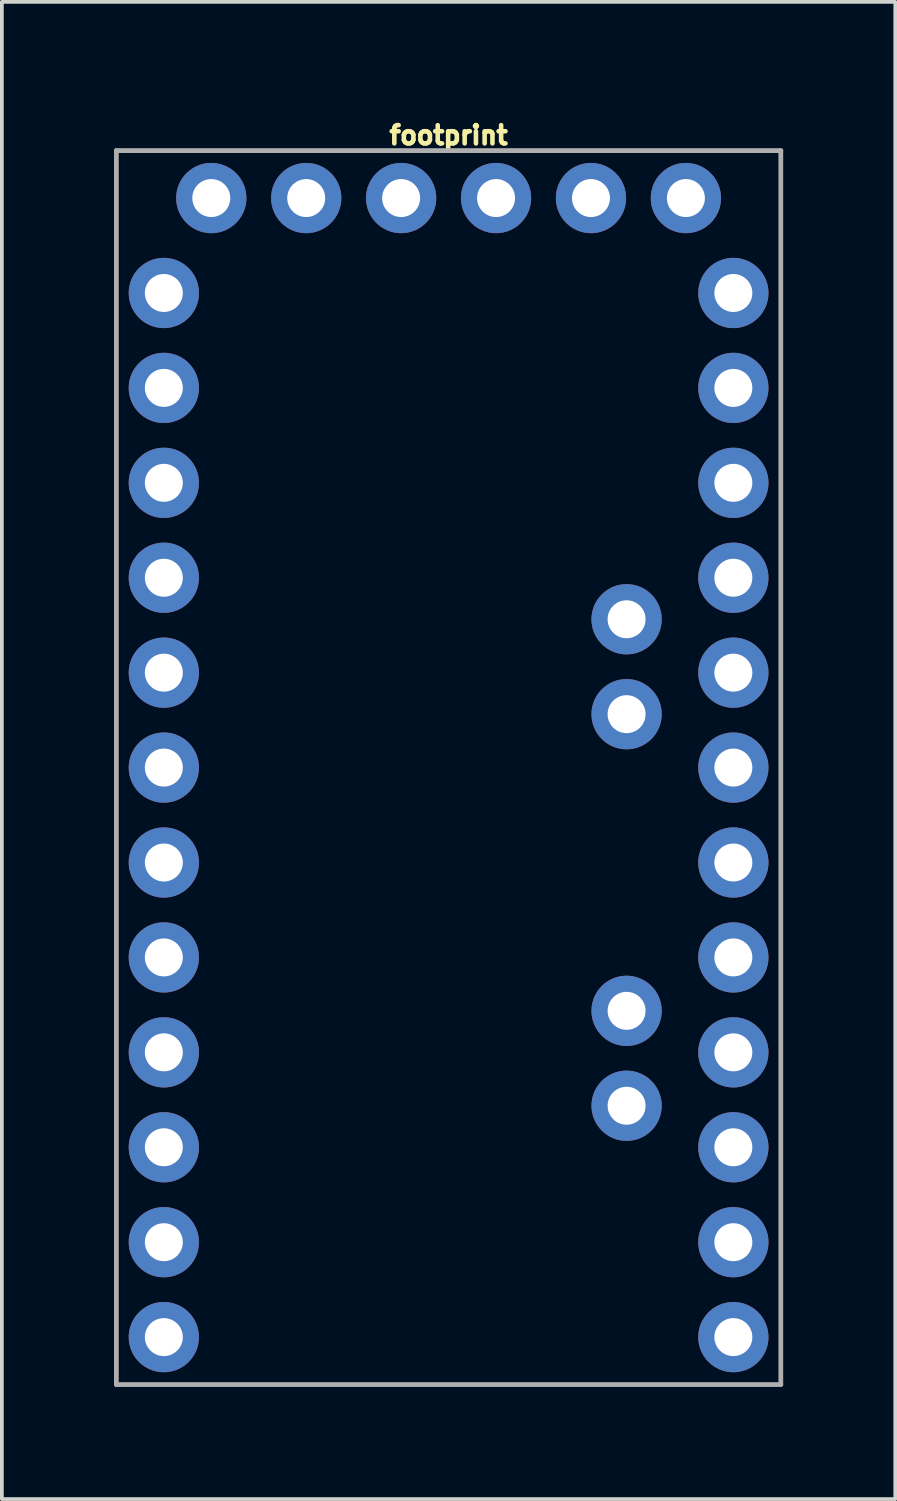
<source format=kicad_pcb>
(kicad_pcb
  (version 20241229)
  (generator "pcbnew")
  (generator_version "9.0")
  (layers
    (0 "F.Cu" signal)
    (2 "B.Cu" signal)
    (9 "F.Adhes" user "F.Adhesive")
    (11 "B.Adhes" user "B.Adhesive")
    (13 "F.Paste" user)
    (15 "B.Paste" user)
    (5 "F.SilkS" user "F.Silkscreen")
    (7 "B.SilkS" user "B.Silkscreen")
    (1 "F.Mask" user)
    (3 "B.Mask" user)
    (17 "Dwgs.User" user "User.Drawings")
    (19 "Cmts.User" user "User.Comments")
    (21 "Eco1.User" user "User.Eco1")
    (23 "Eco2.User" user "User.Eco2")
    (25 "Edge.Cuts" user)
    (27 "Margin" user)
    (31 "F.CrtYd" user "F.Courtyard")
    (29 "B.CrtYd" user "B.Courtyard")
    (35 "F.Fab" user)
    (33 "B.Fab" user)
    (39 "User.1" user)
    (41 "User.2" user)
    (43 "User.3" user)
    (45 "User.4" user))
  (footprint "footprint"
    (layer "F.Cu")
    (at 8.954 17.49)
    (property "Reference" "footprint" (at 0 -16.637 0) (layer "F.SilkS") (effects (font (size 0.488 0.488) (thickness 0.122)) (justify bottom)))
    (fp_line (start -8.89 -16.51) (end -8.89 16.51) (stroke (width 0.127) (type solid)) (layer "F.Fab"))
    (fp_line (start -8.89 16.51) (end 8.89 16.51) (stroke (width 0.127) (type solid)) (layer "F.Fab"))
    (fp_line (start 8.89 -16.51) (end -8.89 -16.51) (stroke (width 0.127) (type solid)) (layer "F.Fab"))
    (fp_line (start 8.89 16.51) (end 8.89 -16.51) (stroke (width 0.127) (type solid)) (layer "F.Fab"))
    (pad "1" thru_hole circle (at -7.62 -12.7) (size 1.88 1.88) (drill 1.016) (layers "*.Cu" "*.Mask"))
    (pad "2" thru_hole circle (at -7.62 -10.16) (size 1.88 1.88) (drill 1.016) (layers "*.Cu" "*.Mask"))
    (pad "3" thru_hole circle (at -7.62 -7.62) (size 1.88 1.88) (drill 1.016) (layers "*.Cu" "*.Mask"))
    (pad "4" thru_hole circle (at -7.62 -5.08) (size 1.88 1.88) (drill 1.016) (layers "*.Cu" "*.Mask"))
    (pad "5" thru_hole circle (at -7.62 -2.54) (size 1.88 1.88) (drill 1.016) (layers "*.Cu" "*.Mask"))
    (pad "6" thru_hole circle (at -7.62 0) (size 1.88 1.88) (drill 1.016) (layers "*.Cu" "*.Mask"))
    (pad "7" thru_hole circle (at -7.62 2.54) (size 1.88 1.88) (drill 1.016) (layers "*.Cu" "*.Mask"))
    (pad "8" thru_hole circle (at -7.62 5.08) (size 1.88 1.88) (drill 1.016) (layers "*.Cu" "*.Mask"))
    (pad "9" thru_hole circle (at -7.62 7.62) (size 1.88 1.88) (drill 1.016) (layers "*.Cu" "*.Mask"))
    (pad "10" thru_hole circle (at -7.62 10.16) (size 1.88 1.88) (drill 1.016) (layers "*.Cu" "*.Mask"))
    (pad "11" thru_hole circle (at -7.62 12.7) (size 1.88 1.88) (drill 1.016) (layers "*.Cu" "*.Mask"))
    (pad "12" thru_hole circle (at -7.62 15.24) (size 1.88 1.88) (drill 1.016) (layers "*.Cu" "*.Mask"))
    (pad "13" thru_hole circle (at 7.62 15.24) (size 1.88 1.88) (drill 1.016) (layers "*.Cu" "*.Mask"))
    (pad "14" thru_hole circle (at 7.62 12.7) (size 1.88 1.88) (drill 1.016) (layers "*.Cu" "*.Mask"))
    (pad "15" thru_hole circle (at 7.62 10.16) (size 1.88 1.88) (drill 1.016) (layers "*.Cu" "*.Mask"))
    (pad "16" thru_hole circle (at 7.62 7.62) (size 1.88 1.88) (drill 1.016) (layers "*.Cu" "*.Mask"))
    (pad "17" thru_hole circle (at 7.62 5.08) (size 1.88 1.88) (drill 1.016) (layers "*.Cu" "*.Mask"))
    (pad "18" thru_hole circle (at 7.62 2.54) (size 1.88 1.88) (drill 1.016) (layers "*.Cu" "*.Mask"))
    (pad "19" thru_hole circle (at 7.62 0) (size 1.88 1.88) (drill 1.016) (layers "*.Cu" "*.Mask"))
    (pad "20" thru_hole circle (at 7.62 -2.54) (size 1.88 1.88) (drill 1.016) (layers "*.Cu" "*.Mask"))
    (pad "21" thru_hole circle (at 7.62 -5.08) (size 1.88 1.88) (drill 1.016) (layers "*.Cu" "*.Mask"))
    (pad "22" thru_hole circle (at 7.62 -7.62) (size 1.88 1.88) (drill 1.016) (layers "*.Cu" "*.Mask"))
    (pad "23" thru_hole circle (at 7.62 -10.16) (size 1.88 1.88) (drill 1.016) (layers "*.Cu" "*.Mask"))
    (pad "24" thru_hole circle (at 7.62 -12.7) (size 1.88 1.88) (drill 1.016) (layers "*.Cu" "*.Mask"))
    (pad "A4" thru_hole circle (at 4.763 -1.429) (size 1.88 1.88) (drill 1.016) (layers "*.Cu" "*.Mask"))
    (pad "A5" thru_hole circle (at 4.763 -3.969) (size 1.88 1.88) (drill 1.016) (layers "*.Cu" "*.Mask"))
    (pad "A6" thru_hole circle (at 4.763 9.049) (size 1.88 1.88) (drill 1.016) (layers "*.Cu" "*.Mask"))
    (pad "A7" thru_hole circle (at 4.763 6.509) (size 1.88 1.88) (drill 1.016) (layers "*.Cu" "*.Mask"))
    (pad "BLK" thru_hole circle (at -6.35 -15.24) (size 1.88 1.88) (drill 1.016) (layers "*.Cu" "*.Mask"))
    (pad "GND" thru_hole circle (at -3.81 -15.24) (size 1.88 1.88) (drill 1.016) (layers "*.Cu" "*.Mask"))
    (pad "GRN" thru_hole circle (at 6.35 -15.24) (size 1.88 1.88) (drill 1.016) (layers "*.Cu" "*.Mask"))
    (pad "RXI" thru_hole circle (at 1.27 -15.24) (size 1.88 1.88) (drill 1.016) (layers "*.Cu" "*.Mask"))
    (pad "TXO" thru_hole circle (at 3.81 -15.24) (size 1.88 1.88) (drill 1.016) (layers "*.Cu" "*.Mask"))
    (pad "VCC" thru_hole circle (at -1.27 -15.24) (size 1.88 1.88) (drill 1.016) (layers "*.Cu" "*.Mask")))
  (gr_rect
    (start -3 -3)
    (end 20.907 37.064)
    (stroke (width 0.1) (type default))
    (fill no)
    (layer "Edge.Cuts")))
</source>
